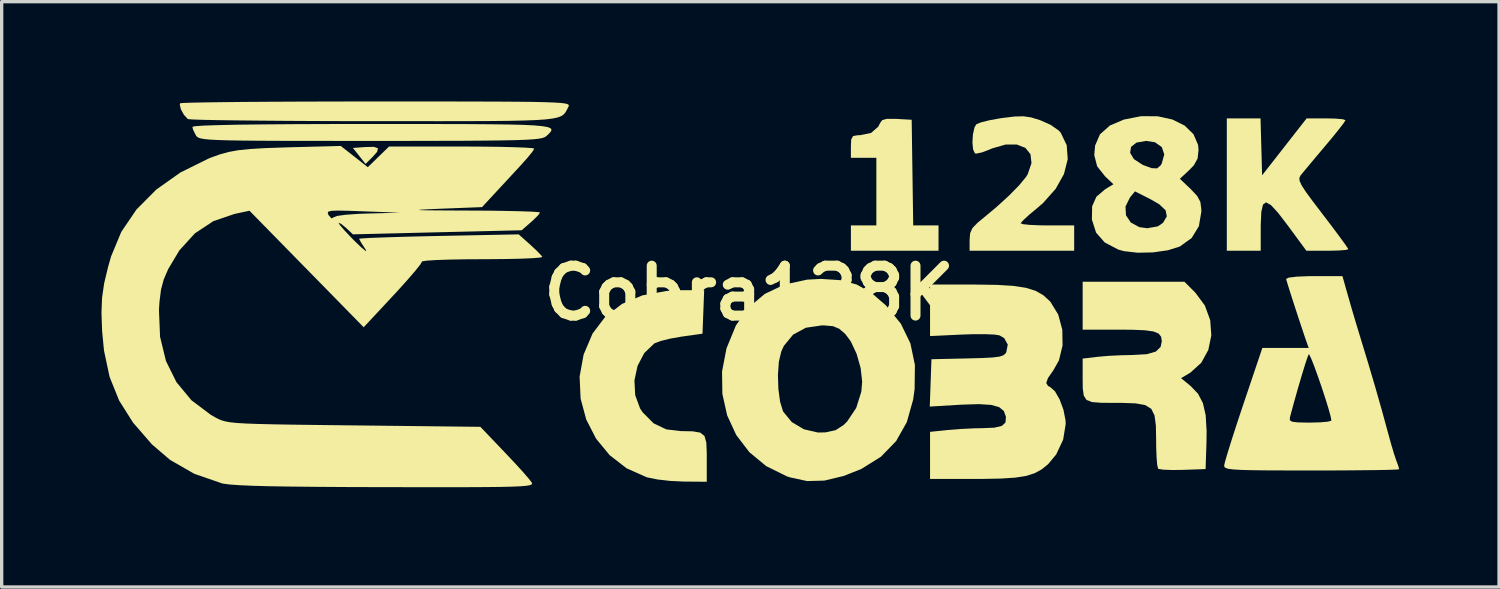
<source format=kicad_pcb>
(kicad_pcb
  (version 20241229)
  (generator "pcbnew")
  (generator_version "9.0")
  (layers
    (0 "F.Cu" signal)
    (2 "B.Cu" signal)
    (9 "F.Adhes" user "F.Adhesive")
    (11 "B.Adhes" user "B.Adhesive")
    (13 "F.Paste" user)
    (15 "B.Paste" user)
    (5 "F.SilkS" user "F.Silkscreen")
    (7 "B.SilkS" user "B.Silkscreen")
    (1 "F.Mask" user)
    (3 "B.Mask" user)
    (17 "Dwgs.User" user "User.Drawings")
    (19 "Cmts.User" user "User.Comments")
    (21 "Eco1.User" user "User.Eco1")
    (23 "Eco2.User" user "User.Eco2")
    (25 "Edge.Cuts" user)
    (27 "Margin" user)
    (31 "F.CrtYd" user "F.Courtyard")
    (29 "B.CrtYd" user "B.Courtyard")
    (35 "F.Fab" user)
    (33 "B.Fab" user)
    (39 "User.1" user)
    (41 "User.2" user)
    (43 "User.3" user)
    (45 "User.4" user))
  (footprint "Cobra128K"
    (layer "F.Cu")
    (at 19.467 5.757)
    (property "Reference" "Cobra128K" (at 0 0 0) (layer "F.SilkS") (effects (font (size 1.5 1.5) (thickness 0.3))))
    (attr board_only exclude_from_pos_files exclude_from_bom)
    (fp_poly (pts (xy -11.156 -4.349) (xy -11.182 -4.244) (xy -11.312 -4.096) (xy -11.529 -3.88) (xy -11.72 -4.12) (xy -11.91 -4.36) (xy -11.553 -4.387) (xy -11.277 -4.393)) (stroke (width 0) (type solid)) (fill yes) (layer "F.SilkS"))
    (fp_poly (pts (xy 4.388 -5.235) (xy 4.438 -5.233) (xy 4.885 -5.207) (xy 4.908 -3.619) (xy 4.931 -2.032) (xy 5.311 -2.032) (xy 5.692 -2.032) (xy 5.692 -1.651) (xy 5.692 -1.27) (xy 4.375 -1.27) (xy 3.058 -1.27) (xy 3.058 -1.651) (xy 3.058 -2.032) (xy 3.44 -2.032) (xy 3.823 -2.032) (xy 3.823 -3.048) (xy 3.823 -4.064) (xy 3.44 -4.064) (xy 3.058 -4.064) (xy 3.058 -4.403) (xy 3.068 -4.62) (xy 3.123 -4.717) (xy 3.264 -4.743) (xy 3.334 -4.744) (xy 3.664 -4.811) (xy 3.881 -5) (xy 3.933 -5.106) (xy 3.999 -5.196) (xy 4.135 -5.235)) (stroke (width 0) (type solid)) (fill yes) (layer "F.SilkS"))
    (fp_poly (pts (xy -1.377 0.569) (xy -1.402 1.222) (xy -2.039 1.312) (xy -2.374 1.371) (xy -2.661 1.442) (xy -2.842 1.511) (xy -2.852 1.517) (xy -3.154 1.806) (xy -3.355 2.192) (xy -3.448 2.628) (xy -3.425 3.069) (xy -3.278 3.47) (xy -3.201 3.586) (xy -2.872 3.917) (xy -2.492 4.098) (xy -2.064 4.15) (xy -1.699 4.157) (xy -1.469 4.196) (xy -1.342 4.299) (xy -1.287 4.497) (xy -1.274 4.823) (xy -1.274 4.963) (xy -1.274 5.673) (xy -1.975 5.667) (xy -2.369 5.648) (xy -2.756 5.604) (xy -3.059 5.543) (xy -3.085 5.536) (xy -3.684 5.268) (xy -4.193 4.874) (xy -4.602 4.377) (xy -4.897 3.802) (xy -5.066 3.173) (xy -5.096 2.513) (xy -4.975 1.849) (xy -4.974 1.847) (xy -4.706 1.217) (xy -4.322 0.711) (xy -3.822 0.328) (xy -3.207 0.07) (xy -2.476 -0.063) (xy -2.014 -0.084) (xy -1.352 -0.085)) (stroke (width 0) (type solid)) (fill yes) (layer "F.SilkS"))
    (fp_poly (pts (xy 15.394 -4.394) (xy 15.418 -3.538) (xy 16.087 -4.394) (xy 16.756 -5.249) (xy 17.34 -5.249) (xy 17.63 -5.242) (xy 17.84 -5.223) (xy 17.924 -5.196) (xy 17.924 -5.195) (xy 17.873 -5.112) (xy 17.733 -4.929) (xy 17.526 -4.673) (xy 17.307 -4.411) (xy 17.047 -4.103) (xy 16.818 -3.829) (xy 16.648 -3.625) (xy 16.573 -3.533) (xy 16.537 -3.462) (xy 16.544 -3.372) (xy 16.605 -3.238) (xy 16.734 -3.038) (xy 16.945 -2.751) (xy 17.233 -2.373) (xy 17.504 -2.018) (xy 17.733 -1.711) (xy 17.904 -1.477) (xy 17.997 -1.34) (xy 18.009 -1.316) (xy 17.931 -1.294) (xy 17.725 -1.278) (xy 17.433 -1.27) (xy 17.379 -1.27) (xy 16.749 -1.27) (xy 16.184 -2.037) (xy 15.895 -2.414) (xy 15.683 -2.643) (xy 15.536 -2.725) (xy 15.444 -2.658) (xy 15.394 -2.441) (xy 15.377 -2.071) (xy 15.376 -1.937) (xy 15.376 -1.27) (xy 14.866 -1.27) (xy 14.357 -1.27) (xy 14.357 -3.26) (xy 14.357 -5.249) (xy 14.863 -5.249) (xy 15.37 -5.249)) (stroke (width 0) (type solid)) (fill yes) (layer "F.SilkS"))
    (fp_poly (pts (xy -10.224 -5.08) (xy -9.266 -5.079) (xy -8.455 -5.077) (xy -7.78 -5.072) (xy -7.231 -5.065) (xy -6.796 -5.054) (xy -6.464 -5.038) (xy -6.224 -5.016) (xy -6.064 -4.989) (xy -5.973 -4.954) (xy -5.94 -4.912) (xy -5.955 -4.862) (xy -6.005 -4.802) (xy -6.08 -4.731) (xy -6.102 -4.712) (xy -6.146 -4.683) (xy -6.217 -4.658) (xy -6.328 -4.637) (xy -6.492 -4.62) (xy -6.721 -4.606) (xy -7.029 -4.595) (xy -7.428 -4.587) (xy -7.931 -4.581) (xy -8.551 -4.576) (xy -9.301 -4.574) (xy -10.193 -4.572) (xy -11.241 -4.572) (xy -11.391 -4.572) (xy -12.452 -4.572) (xy -13.357 -4.573) (xy -14.117 -4.574) (xy -14.746 -4.577) (xy -15.257 -4.582) (xy -15.662 -4.589) (xy -15.974 -4.599) (xy -16.207 -4.611) (xy -16.373 -4.627) (xy -16.485 -4.647) (xy -16.556 -4.671) (xy -16.598 -4.699) (xy -16.625 -4.733) (xy -16.63 -4.74) (xy -16.713 -4.907) (xy -16.735 -4.994) (xy -16.65 -5.014) (xy -16.396 -5.032) (xy -15.972 -5.046) (xy -15.379 -5.059) (xy -14.618 -5.068) (xy -13.688 -5.075) (xy -12.59 -5.079) (xy -11.341 -5.08)) (stroke (width 0) (type solid)) (fill yes) (layer "F.SilkS"))
    (fp_poly (pts (xy -10.058 -5.757) (xy -9.078 -5.757) (xy -8.245 -5.755) (xy -7.547 -5.753) (xy -6.972 -5.749) (xy -6.509 -5.744) (xy -6.146 -5.736) (xy -5.872 -5.726) (xy -5.674 -5.714) (xy -5.542 -5.698) (xy -5.463 -5.679) (xy -5.426 -5.656) (xy -5.419 -5.63) (xy -5.431 -5.598) (xy -5.433 -5.595) (xy -5.477 -5.509) (xy -5.517 -5.436) (xy -5.567 -5.374) (xy -5.638 -5.322) (xy -5.744 -5.28) (xy -5.897 -5.246) (xy -6.109 -5.219) (xy -6.392 -5.199) (xy -6.76 -5.185) (xy -7.224 -5.175) (xy -7.798 -5.169) (xy -8.493 -5.166) (xy -9.322 -5.165) (xy -10.297 -5.166) (xy -11.283 -5.166) (xy -12.235 -5.167) (xy -13.138 -5.17) (xy -13.977 -5.175) (xy -14.737 -5.181) (xy -15.405 -5.188) (xy -15.965 -5.196) (xy -16.403 -5.205) (xy -16.705 -5.215) (xy -16.857 -5.226) (xy -16.871 -5.229) (xy -16.988 -5.354) (xy -17.081 -5.523) (xy -17.114 -5.666) (xy -17.1 -5.704) (xy -17.008 -5.713) (xy -16.761 -5.721) (xy -16.371 -5.729) (xy -15.852 -5.736) (xy -15.22 -5.743) (xy -14.486 -5.748) (xy -13.666 -5.752) (xy -12.774 -5.755) (xy -11.822 -5.757) (xy -11.196 -5.757)) (stroke (width 0) (type solid)) (fill yes) (layer "F.SilkS"))
    (fp_poly (pts (xy 8.47 -5.279) (xy 8.729 -5.201) (xy 8.743 -5.196) (xy 9.057 -5.057) (xy 9.298 -4.89) (xy 9.365 -4.819) (xy 9.545 -4.442) (xy 9.575 -4.021) (xy 9.462 -3.576) (xy 9.213 -3.131) (xy 8.835 -2.706) (xy 8.663 -2.557) (xy 8.423 -2.357) (xy 8.245 -2.195) (xy 8.163 -2.102) (xy 8.161 -2.095) (xy 8.237 -2.068) (xy 8.447 -2.047) (xy 8.753 -2.034) (xy 8.962 -2.032) (xy 9.769 -2.032) (xy 9.769 -1.651) (xy 9.769 -1.27) (xy 8.198 -1.27) (xy 6.626 -1.27) (xy 6.626 -1.598) (xy 6.642 -1.798) (xy 6.712 -1.953) (xy 6.87 -2.116) (xy 7.03 -2.247) (xy 7.442 -2.591) (xy 7.814 -2.931) (xy 8.117 -3.24) (xy 8.322 -3.489) (xy 8.374 -3.573) (xy 8.486 -3.904) (xy 8.456 -4.172) (xy 8.303 -4.362) (xy 8.046 -4.463) (xy 7.706 -4.462) (xy 7.301 -4.346) (xy 7.233 -4.316) (xy 7.001 -4.227) (xy 6.831 -4.19) (xy 6.787 -4.196) (xy 6.731 -4.315) (xy 6.711 -4.53) (xy 6.727 -4.774) (xy 6.774 -4.981) (xy 6.828 -5.071) (xy 6.964 -5.128) (xy 7.219 -5.192) (xy 7.543 -5.251) (xy 7.614 -5.261) (xy 7.978 -5.305) (xy 8.242 -5.312)) (stroke (width 0) (type solid)) (fill yes) (layer "F.SilkS"))
    (fp_poly (pts (xy 13.409 -0.013) (xy 13.698 0.377) (xy 13.858 0.817) (xy 13.891 1.273) (xy 13.801 1.711) (xy 13.589 2.097) (xy 13.258 2.396) (xy 13.227 2.414) (xy 12.982 2.559) (xy 13.271 2.797) (xy 13.491 3.026) (xy 13.638 3.308) (xy 13.722 3.674) (xy 13.75 4.156) (xy 13.746 4.487) (xy 13.719 5.292) (xy 13.036 5.316) (xy 12.71 5.32) (xy 12.452 5.31) (xy 12.306 5.288) (xy 12.293 5.281) (xy 12.266 5.175) (xy 12.246 4.941) (xy 12.234 4.619) (xy 12.233 4.431) (xy 12.225 3.99) (xy 12.185 3.682) (xy 12.088 3.483) (xy 11.906 3.369) (xy 11.614 3.317) (xy 11.188 3.302) (xy 11.01 3.302) (xy 10.589 3.3) (xy 10.309 3.279) (xy 10.141 3.215) (xy 10.057 3.084) (xy 10.027 2.865) (xy 10.024 2.533) (xy 10.024 2.503) (xy 10.024 1.971) (xy 10.47 1.918) (xy 10.797 1.889) (xy 11.199 1.87) (xy 11.526 1.863) (xy 11.947 1.839) (xy 12.221 1.761) (xy 12.367 1.621) (xy 12.403 1.45) (xy 12.383 1.315) (xy 12.308 1.219) (xy 12.154 1.156) (xy 11.897 1.12) (xy 11.512 1.104) (xy 11.111 1.101) (xy 10.024 1.101) (xy 10.024 0.381) (xy 10.024 -0.339) (xy 11.553 -0.339) (xy 13.082 -0.339)) (stroke (width 0) (type solid)) (fill yes) (layer "F.SilkS"))
    (fp_poly (pts (xy 2.744 -0.386) (xy 3.23 -0.256) (xy 3.664 -0.014) (xy 4.098 0.361) (xy 4.12 0.383) (xy 4.56 0.923) (xy 4.846 1.512) (xy 4.982 2.162) (xy 4.973 2.888) (xy 4.93 3.201) (xy 4.74 3.878) (xy 4.418 4.45) (xy 3.961 4.921) (xy 3.368 5.29) (xy 2.839 5.499) (xy 2.261 5.638) (xy 1.742 5.652) (xy 1.224 5.54) (xy 1.127 5.507) (xy 0.512 5.203) (xy 0.005 4.783) (xy -0.388 4.268) (xy -0.661 3.678) (xy -0.805 3.033) (xy -0.813 2.462) (xy 0.865 2.462) (xy 0.878 2.884) (xy 0.93 3.269) (xy 1.018 3.555) (xy 1.026 3.569) (xy 1.281 3.879) (xy 1.643 4.095) (xy 2.066 4.193) (xy 2.294 4.189) (xy 2.599 4.122) (xy 2.84 3.966) (xy 2.946 3.861) (xy 3.218 3.454) (xy 3.371 2.967) (xy 3.397 2.667) (xy 3.351 2.254) (xy 3.23 1.829) (xy 3.056 1.456) (xy 2.89 1.233) (xy 2.706 1.074) (xy 2.52 0.997) (xy 2.258 0.974) (xy 2.18 0.974) (xy 1.703 1.044) (xy 1.321 1.251) (xy 1.044 1.587) (xy 0.965 1.758) (xy 0.893 2.066) (xy 0.865 2.462) (xy -0.813 2.462) (xy -0.814 2.355) (xy -0.681 1.664) (xy -0.4 0.98) (xy -0.395 0.97) (xy -0.019 0.437) (xy 0.47 0.027) (xy 1.061 -0.255) (xy 1.744 -0.402) (xy 2.155 -0.424)) (stroke (width 0) (type solid)) (fill yes) (layer "F.SilkS"))
    (fp_poly (pts (xy 7.432 -0.245) (xy 7.933 -0.215) (xy 8.317 -0.157) (xy 8.611 -0.065) (xy 8.842 0.067) (xy 9.036 0.244) (xy 9.055 0.265) (xy 9.289 0.646) (xy 9.412 1.101) (xy 9.42 1.576) (xy 9.312 2.023) (xy 9.149 2.314) (xy 8.982 2.555) (xy 8.929 2.705) (xy 8.984 2.794) (xy 9.043 2.823) (xy 9.191 2.953) (xy 9.332 3.199) (xy 9.446 3.507) (xy 9.509 3.824) (xy 9.514 3.937) (xy 9.438 4.406) (xy 9.23 4.85) (xy 8.991 5.139) (xy 8.796 5.298) (xy 8.585 5.415) (xy 8.329 5.497) (xy 7.997 5.549) (xy 7.562 5.577) (xy 6.995 5.588) (xy 6.799 5.588) (xy 5.437 5.588) (xy 5.437 4.88) (xy 5.437 4.173) (xy 5.959 4.118) (xy 6.358 4.087) (xy 6.792 4.066) (xy 7 4.063) (xy 7.37 4.047) (xy 7.596 3.994) (xy 7.704 3.892) (xy 7.718 3.729) (xy 7.717 3.718) (xy 7.655 3.546) (xy 7.514 3.43) (xy 7.271 3.363) (xy 6.906 3.34) (xy 6.398 3.355) (xy 6.346 3.358) (xy 5.429 3.413) (xy 5.454 2.701) (xy 5.479 1.99) (xy 6.561 1.966) (xy 7.013 1.954) (xy 7.324 1.937) (xy 7.525 1.911) (xy 7.643 1.871) (xy 7.709 1.813) (xy 7.728 1.782) (xy 7.773 1.55) (xy 7.666 1.356) (xy 7.525 1.273) (xy 7.369 1.249) (xy 7.086 1.237) (xy 6.72 1.238) (xy 6.39 1.249) (xy 5.437 1.294) (xy 5.437 0.52) (xy 5.437 -0.254) (xy 6.789 -0.254)) (stroke (width 0) (type solid)) (fill yes) (layer "F.SilkS"))
    (fp_poly (pts (xy 12.278 -5.312) (xy 12.722 -5.215) (xy 13.089 -5.032) (xy 13.354 -4.775) (xy 13.493 -4.454) (xy 13.507 -4.3) (xy 13.479 -4.042) (xy 13.368 -3.841) (xy 13.226 -3.694) (xy 12.946 -3.433) (xy 13.269 -3.127) (xy 13.467 -2.917) (xy 13.563 -2.735) (xy 13.591 -2.507) (xy 13.592 -2.447) (xy 13.517 -2.007) (xy 13.3 -1.653) (xy 12.949 -1.4) (xy 12.944 -1.397) (xy 12.587 -1.285) (xy 12.142 -1.221) (xy 11.678 -1.211) (xy 11.265 -1.258) (xy 11.093 -1.306) (xy 10.687 -1.52) (xy 10.428 -1.814) (xy 10.305 -2.197) (xy 10.302 -2.221) (xy 10.309 -2.601) (xy 11.312 -2.601) (xy 11.325 -2.339) (xy 11.469 -2.121) (xy 11.723 -1.981) (xy 11.965 -1.947) (xy 12.285 -2.003) (xy 12.439 -2.11) (xy 12.553 -2.303) (xy 12.519 -2.483) (xy 12.33 -2.664) (xy 12.063 -2.819) (xy 11.596 -3.055) (xy 11.447 -2.873) (xy 11.312 -2.601) (xy 10.309 -2.601) (xy 10.309 -2.607) (xy 10.438 -2.896) (xy 10.704 -3.121) (xy 10.949 -3.269) (xy 10.699 -3.505) (xy 10.459 -3.808) (xy 10.373 -4.145) (xy 10.379 -4.214) (xy 11.451 -4.214) (xy 11.564 -4.025) (xy 11.823 -3.855) (xy 11.836 -3.849) (xy 12.099 -3.752) (xy 12.261 -3.746) (xy 12.368 -3.836) (xy 12.4 -3.889) (xy 12.477 -4.165) (xy 12.403 -4.387) (xy 12.197 -4.531) (xy 11.935 -4.572) (xy 11.641 -4.521) (xy 11.478 -4.391) (xy 11.451 -4.214) (xy 10.379 -4.214) (xy 10.398 -4.432) (xy 10.545 -4.771) (xy 10.844 -5.035) (xy 11.259 -5.212) (xy 11.782 -5.315)) (stroke (width 0) (type solid)) (fill yes) (layer "F.SilkS"))
    (fp_poly (pts (xy 18.006 0.106) (xy 18.121 0.507) (xy 18.259 0.969) (xy 18.388 1.394) (xy 18.389 1.397) (xy 18.609 2.119) (xy 18.826 2.854) (xy 19.023 3.546) (xy 19.185 4.14) (xy 19.199 4.191) (xy 19.291 4.525) (xy 19.38 4.825) (xy 19.446 5.022) (xy 19.512 5.202) (xy 19.538 5.297) (xy 19.457 5.306) (xy 19.226 5.315) (xy 18.866 5.322) (xy 18.397 5.327) (xy 17.84 5.332) (xy 17.216 5.334) (xy 16.905 5.334) (xy 16.166 5.333) (xy 15.579 5.331) (xy 15.127 5.326) (xy 14.793 5.317) (xy 14.559 5.304) (xy 14.408 5.285) (xy 14.322 5.259) (xy 14.285 5.226) (xy 14.277 5.186) (xy 14.305 5.064) (xy 14.38 4.808) (xy 14.493 4.444) (xy 14.637 3.998) (xy 14.695 3.822) (xy 16.251 3.822) (xy 16.316 3.867) (xy 16.48 3.888) (xy 16.774 3.895) (xy 16.857 3.895) (xy 17.163 3.887) (xy 17.39 3.867) (xy 17.497 3.838) (xy 17.5 3.831) (xy 17.475 3.699) (xy 17.409 3.461) (xy 17.314 3.154) (xy 17.202 2.814) (xy 17.085 2.478) (xy 16.977 2.18) (xy 16.888 1.957) (xy 16.831 1.845) (xy 16.82 1.839) (xy 16.778 1.941) (xy 16.702 2.172) (xy 16.603 2.497) (xy 16.49 2.882) (xy 16.374 3.293) (xy 16.266 3.694) (xy 16.253 3.747) (xy 16.251 3.822) (xy 14.695 3.822) (xy 14.803 3.496) (xy 14.854 3.344) (xy 15.425 1.651) (xy 16.123 1.651) (xy 16.443 1.651) (xy 16.686 1.651) (xy 16.811 1.651) (xy 16.82 1.651) (xy 16.785 1.561) (xy 16.711 1.348) (xy 16.611 1.05) (xy 16.496 0.703) (xy 16.38 0.348) (xy 16.275 0.021) (xy 16.193 -0.24) (xy 16.146 -0.397) (xy 16.14 -0.424) (xy 16.221 -0.463) (xy 16.446 -0.491) (xy 16.791 -0.506) (xy 16.986 -0.508) (xy 17.832 -0.508)) (stroke (width 0) (type solid)) (fill yes) (layer "F.SilkS"))
    (fp_poly (pts (xy -11.868 -4.101) (xy -11.462 -3.782) (xy -11.143 -4.092) (xy -10.824 -4.403) (xy -8.64 -4.403) (xy -8.051 -4.4) (xy -7.523 -4.394) (xy -7.077 -4.383) (xy -6.736 -4.37) (xy -6.523 -4.355) (xy -6.459 -4.339) (xy -6.513 -4.249) (xy -6.655 -4.074) (xy -6.852 -3.853) (xy -6.852 -3.852) (xy -7.137 -3.544) (xy -7.451 -3.205) (xy -7.636 -3.006) (xy -8.028 -2.582) (xy -9.26 -2.534) (xy -9.611 -2.519) (xy -9.836 -2.507) (xy -9.93 -2.498) (xy -9.884 -2.491) (xy -9.694 -2.486) (xy -9.351 -2.483) (xy -8.85 -2.48) (xy -8.389 -2.478) (xy -7.811 -2.475) (xy -7.294 -2.467) (xy -6.861 -2.457) (xy -6.533 -2.445) (xy -6.335 -2.431) (xy -6.285 -2.42) (xy -6.342 -2.337) (xy -6.489 -2.192) (xy -6.561 -2.127) (xy -6.838 -1.886) (xy -9.374 -1.825) (xy -11.909 -1.763) (xy -12.113 -1.954) (xy -12.258 -2.074) (xy -12.339 -2.112) (xy -12.342 -2.11) (xy -12.298 -2.038) (xy -12.159 -1.878) (xy -11.951 -1.658) (xy -11.861 -1.566) (xy -11.654 -1.368) (xy -11.532 -1.267) (xy -11.508 -1.274) (xy -11.539 -1.325) (xy -11.657 -1.506) (xy -11.72 -1.619) (xy -11.723 -1.63) (xy -11.642 -1.641) (xy -11.412 -1.655) (xy -11.055 -1.669) (xy -10.592 -1.684) (xy -10.045 -1.699) (xy -9.436 -1.713) (xy -9.325 -1.715) (xy -6.927 -1.763) (xy -6.586 -1.458) (xy -6.389 -1.276) (xy -6.253 -1.134) (xy -6.215 -1.085) (xy -6.288 -1.065) (xy -6.506 -1.047) (xy -6.846 -1.032) (xy -7.284 -1.022) (xy -7.796 -1.017) (xy -8.021 -1.016) (xy -8.557 -1.013) (xy -9.029 -1.004) (xy -9.413 -0.991) (xy -9.686 -0.973) (xy -9.822 -0.953) (xy -9.833 -0.945) (xy -9.881 -0.861) (xy -10.026 -0.678) (xy -10.249 -0.418) (xy -10.531 -0.104) (xy -10.699 0.078) (xy -11.586 1.029) (xy -13.302 -0.722) (xy -14.952 -2.405) (xy -12.667 -2.405) (xy -12.642 -2.342) (xy -12.64 -2.338) (xy -12.551 -2.24) (xy -12.497 -2.272) (xy -12.387 -2.316) (xy -12.13 -2.352) (xy -11.751 -2.379) (xy -11.465 -2.389) (xy -10.491 -2.414) (xy -11.609 -2.456) (xy -12.061 -2.472) (xy -12.368 -2.477) (xy -12.555 -2.47) (xy -12.647 -2.447) (xy -12.667 -2.405) (xy -14.952 -2.405) (xy -15.019 -2.473) (xy -15.471 -2.376) (xy -16.108 -2.158) (xy -16.659 -1.793) (xy -17.126 -1.281) (xy -17.461 -0.72) (xy -17.596 -0.407) (xy -17.678 -0.101) (xy -17.724 0.27) (xy -17.739 0.509) (xy -17.706 1.316) (xy -17.529 2.043) (xy -17.213 2.681) (xy -16.762 3.224) (xy -16.179 3.663) (xy -16.032 3.746) (xy -15.943 3.791) (xy -15.851 3.829) (xy -15.741 3.86) (xy -15.595 3.886) (xy -15.398 3.906) (xy -15.135 3.922) (xy -14.788 3.935) (xy -14.342 3.946) (xy -13.78 3.956) (xy -13.087 3.965) (xy -12.247 3.975) (xy -11.876 3.979) (xy -8.079 4.022) (xy -7.351 4.784) (xy -7.063 5.089) (xy -6.813 5.362) (xy -6.63 5.573) (xy -6.537 5.692) (xy -6.536 5.694) (xy -6.524 5.726) (xy -6.539 5.754) (xy -6.593 5.776) (xy -6.7 5.795) (xy -6.873 5.809) (xy -7.125 5.82) (xy -7.469 5.828) (xy -7.919 5.833) (xy -8.486 5.836) (xy -9.186 5.836) (xy -10.03 5.836) (xy -10.934 5.835) (xy -12.032 5.832) (xy -12.97 5.826) (xy -13.757 5.818) (xy -14.405 5.808) (xy -14.924 5.794) (xy -15.322 5.776) (xy -15.61 5.756) (xy -15.799 5.731) (xy -15.843 5.722) (xy -16.673 5.436) (xy -17.403 5.018) (xy -17.952 4.548) (xy -18.518 3.895) (xy -18.936 3.233) (xy -19.222 2.524) (xy -19.391 1.732) (xy -19.448 1.143) (xy -19.467 0.602) (xy -19.45 0.147) (xy -19.387 -0.29) (xy -19.27 -0.777) (xy -19.178 -1.101) (xy -18.872 -1.837) (xy -18.415 -2.51) (xy -17.82 -3.109) (xy -17.095 -3.622) (xy -16.254 -4.039) (xy -16.183 -4.068) (xy -15.915 -4.165) (xy -15.652 -4.238) (xy -15.361 -4.291) (xy -15.007 -4.328) (xy -14.556 -4.355) (xy -13.976 -4.375) (xy -13.847 -4.379) (xy -12.275 -4.42)) (stroke (width 0) (type solid)) (fill yes) (layer "F.SilkS")))
  (gr_rect
    (start -3 -3)
    (end 42.006 14.594)
    (stroke (width 0.1) (type default))
    (fill no)
    (layer "Edge.Cuts")))
</source>
